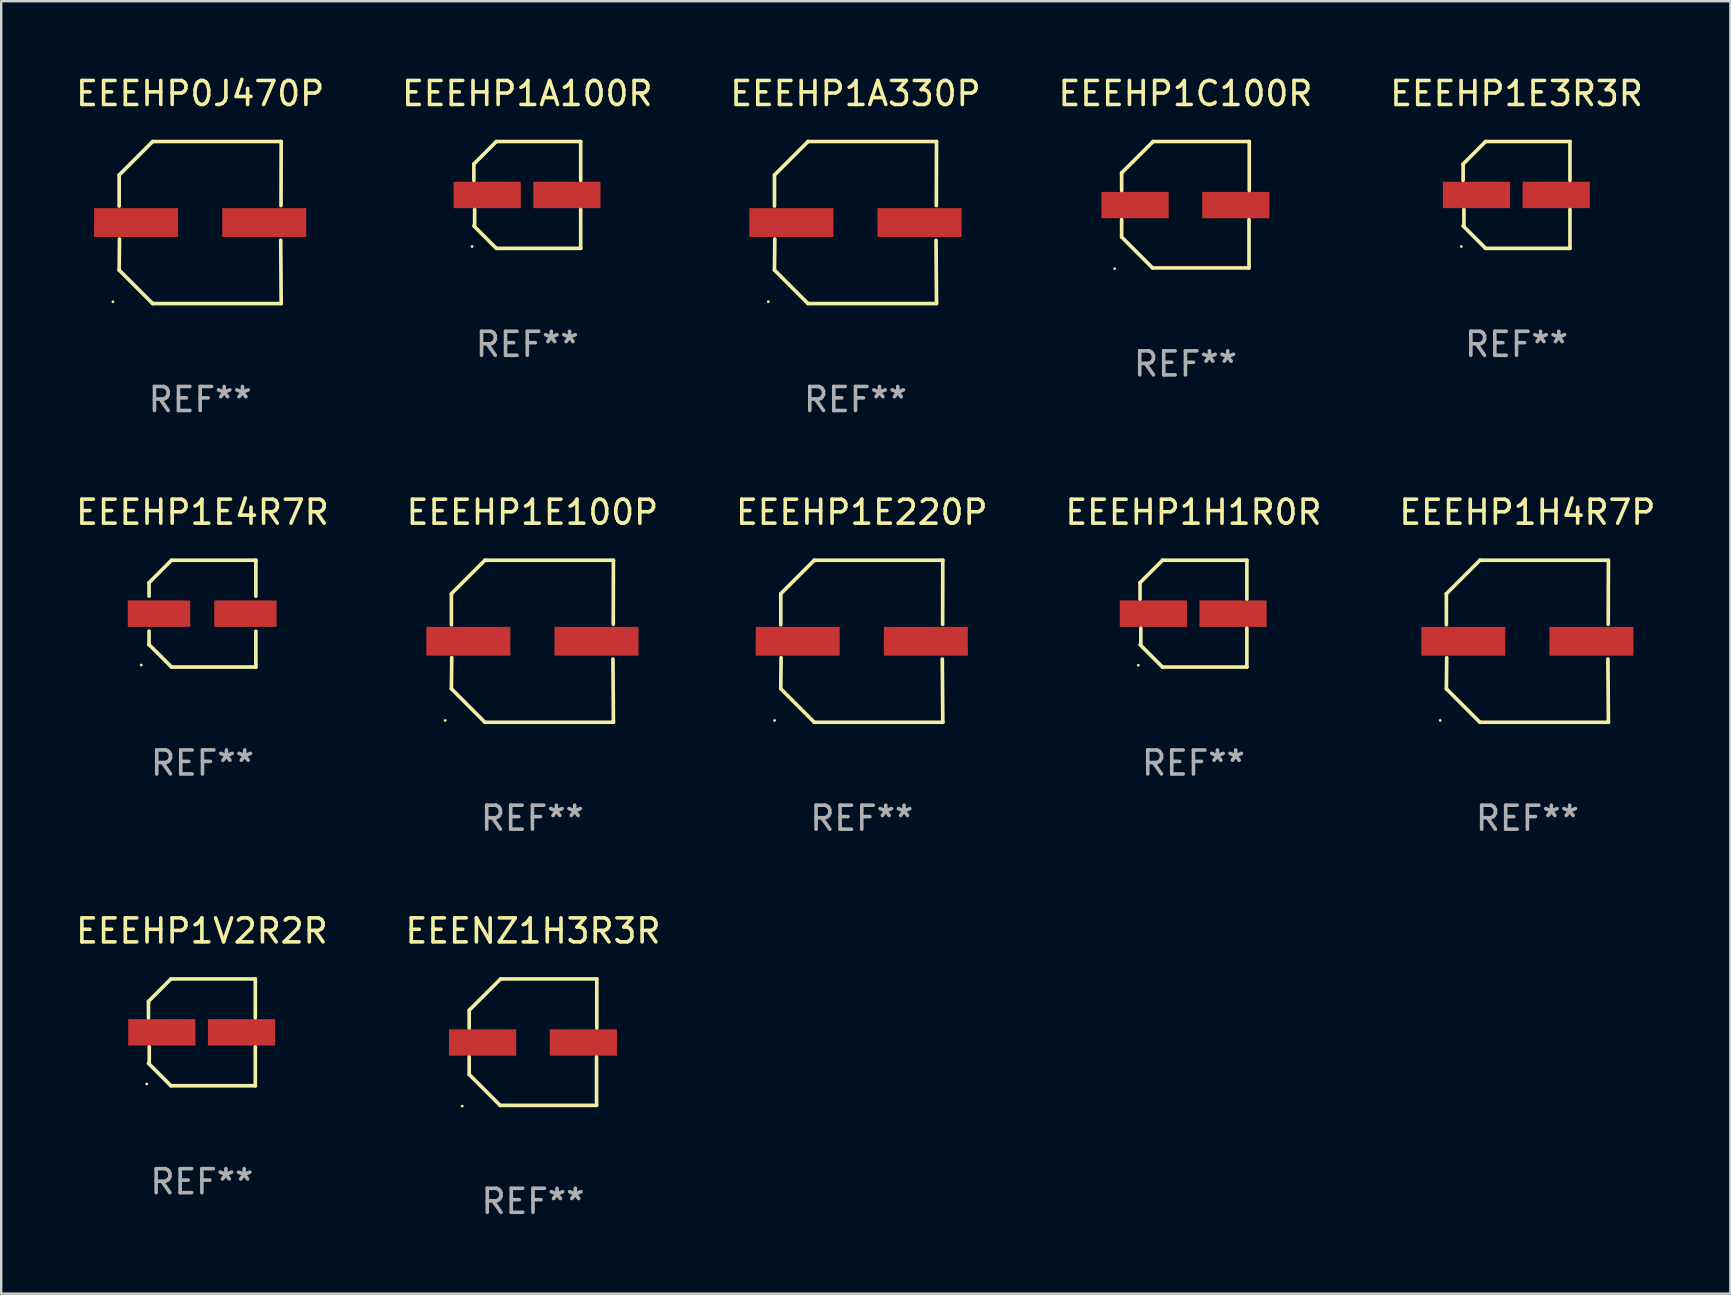
<source format=kicad_pcb>
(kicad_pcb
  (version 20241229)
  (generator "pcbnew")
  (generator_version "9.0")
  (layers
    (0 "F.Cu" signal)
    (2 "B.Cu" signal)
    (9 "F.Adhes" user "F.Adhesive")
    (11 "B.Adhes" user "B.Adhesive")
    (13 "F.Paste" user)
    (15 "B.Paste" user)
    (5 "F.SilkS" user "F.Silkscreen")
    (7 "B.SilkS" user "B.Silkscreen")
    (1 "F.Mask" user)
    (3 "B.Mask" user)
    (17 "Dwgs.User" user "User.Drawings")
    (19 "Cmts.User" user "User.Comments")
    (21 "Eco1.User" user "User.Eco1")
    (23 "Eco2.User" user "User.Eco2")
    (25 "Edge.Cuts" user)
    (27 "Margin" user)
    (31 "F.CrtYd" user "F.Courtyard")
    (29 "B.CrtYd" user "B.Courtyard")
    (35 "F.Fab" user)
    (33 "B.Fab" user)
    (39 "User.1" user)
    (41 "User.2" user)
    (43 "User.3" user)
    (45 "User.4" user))
  (footprint "EEENZ1H3R3R"
    (layer "F.Cu")
    (at 19.161 40.379)
    (property "Reference" "EEENZ1H3R3R" (at 0 -4.634 0) (layer "F.SilkS") (effects (font (size 1 1) (thickness 0.15))))
    (attr through_hole)
    (fp_line (start -2.659 -1.326) (end -2.659 -0.592) (stroke (width 0.152) (type solid)) (layer "F.SilkS"))
    (fp_line (start -2.659 1.346) (end -2.659 0.622) (stroke (width 0.152) (type solid)) (layer "F.SilkS"))
    (fp_line (start -1.372 2.634) (end -2.659 1.346) (stroke (width 0.152) (type solid)) (layer "F.SilkS"))
    (fp_line (start -1.349 -2.634) (end -2.659 -1.326) (stroke (width 0.152) (type solid)) (layer "F.SilkS"))
    (fp_line (start 2.649 0.622) (end 2.649 2.634) (stroke (width 0.152) (type solid)) (layer "F.SilkS"))
    (fp_line (start 2.649 2.634) (end -1.372 2.634) (stroke (width 0.152) (type solid)) (layer "F.SilkS"))
    (fp_line (start 2.659 -2.634) (end -1.349 -2.634) (stroke (width 0.152) (type solid)) (layer "F.SilkS"))
    (fp_line (start 2.659 -0.592) (end 2.659 -2.634) (stroke (width 0.152) (type solid)) (layer "F.SilkS"))
    (fp_circle (center -2.95 2.665) (end -2.92 2.665) (stroke (width 0.06) (type solid)) (fill no) (layer "F.SilkS"))
    (fp_text user "REF**" (at 0 6.634 0) (layer "F.Fab") (effects (font (size 1 1) (thickness 0.15))))
    (pad "1" smd rect (at -2.1 0.015) (size 2.8 1.1) (layers "F.Cu" "F.Mask" "F.Paste"))
    (pad "2" smd rect (at 2.1 0.015) (size 2.8 1.1) (layers "F.Cu" "F.Mask" "F.Paste")))
  (footprint "EEEHP1V2R2R"
    (layer "F.Cu")
    (at 5.363 39.971)
    (property "Reference" "EEEHP1V2R2R" (at 0 -4.226 0) (layer "F.SilkS") (effects (font (size 1 1) (thickness 0.15))))
    (attr through_hole)
    (fp_line (start -2.226 -1.29) (end -2.226 -0.607) (stroke (width 0.152) (type solid)) (layer "F.SilkS"))
    (fp_line (start -2.193 1.29) (end -2.193 0.607) (stroke (width 0.152) (type solid)) (layer "F.SilkS"))
    (fp_line (start -1.29 2.226) (end -2.226 1.29) (stroke (width 0.152) (type solid)) (layer "F.SilkS"))
    (fp_line (start -1.29 -2.226) (end -2.226 -1.29) (stroke (width 0.152) (type solid)) (layer "F.SilkS"))
    (fp_line (start 2.226 -2.226) (end -1.29 -2.226) (stroke (width 0.152) (type solid)) (layer "F.SilkS"))
    (fp_line (start 2.226 -0.607) (end 2.226 -2.226) (stroke (width 0.152) (type solid)) (layer "F.SilkS"))
    (fp_line (start 2.226 0.607) (end 2.226 2.226) (stroke (width 0.152) (type solid)) (layer "F.SilkS"))
    (fp_line (start 2.226 2.226) (end -1.29 2.226) (stroke (width 0.152) (type solid)) (layer "F.SilkS"))
    (fp_circle (center -2.3 2.15) (end -2.27 2.15) (stroke (width 0.06) (type solid)) (fill no) (layer "F.SilkS"))
    (fp_text user "REF**" (at 0 6.226 0) (layer "F.Fab") (effects (font (size 1 1) (thickness 0.15))))
    (pad "1" smd rect (at -1.67 -0.000025) (size 2.8 1.1) (layers "F.Cu" "F.Mask" "F.Paste"))
    (pad "2" smd rect (at 1.651 -0.000025) (size 2.8 1.1) (layers "F.Cu" "F.Mask" "F.Paste")))
  (footprint "EEEHP1E220P"
    (layer "F.Cu")
    (at 32.863 23.673)
    (property "Reference" "EEEHP1E220P" (at 0 -5.376 0) (layer "F.SilkS") (effects (font (size 1 1) (thickness 0.15))))
    (attr through_hole)
    (fp_line (start -3.376 -1.98) (end -3.376 -0.686) (stroke (width 0.152) (type solid)) (layer "F.SilkS"))
    (fp_line (start -3.376 1.981) (end -3.362 0.686) (stroke (width 0.152) (type solid)) (layer "F.SilkS"))
    (fp_line (start -1.981 3.376) (end -3.376 1.981) (stroke (width 0.152) (type solid)) (layer "F.SilkS"))
    (fp_line (start -1.98 -3.376) (end -3.376 -1.98) (stroke (width 0.152) (type solid)) (layer "F.SilkS"))
    (fp_line (start 3.356 0.74) (end 3.376 3.376) (stroke (width 0.152) (type solid)) (layer "F.SilkS"))
    (fp_line (start 3.369 -0.707) (end 3.376 -3.376) (stroke (width 0.152) (type solid)) (layer "F.SilkS"))
    (fp_line (start 3.376 3.376) (end -1.981 3.376) (stroke (width 0.152) (type solid)) (layer "F.SilkS"))
    (fp_line (start 3.376 -3.376) (end -1.98 -3.376) (stroke (width 0.152) (type solid)) (layer "F.SilkS"))
    (fp_circle (center -3.634 3.3) (end -3.604 3.3) (stroke (width 0.06) (type solid)) (fill no) (layer "F.SilkS"))
    (fp_text user "REF**" (at 0 7.376 0) (layer "F.Fab") (effects (font (size 1 1) (thickness 0.15))))
    (pad "1" smd rect (at -2.67 0.000254) (size 3.5 1.2) (layers "F.Cu" "F.Mask" "F.Paste"))
    (pad "2" smd rect (at 2.67 0.000254) (size 3.5 1.2) (layers "F.Cu" "F.Mask" "F.Paste")))
  (footprint "EEEHP1C100R"
    (layer "F.Cu")
    (at 46.351 5.482)
    (property "Reference" "EEEHP1C100R" (at 0 -4.634 0) (layer "F.SilkS") (effects (font (size 1 1) (thickness 0.15))))
    (attr through_hole)
    (fp_line (start -2.659 -1.326) (end -2.659 -0.592) (stroke (width 0.152) (type solid)) (layer "F.SilkS"))
    (fp_line (start -2.659 1.346) (end -2.659 0.622) (stroke (width 0.152) (type solid)) (layer "F.SilkS"))
    (fp_line (start -1.372 2.634) (end -2.659 1.346) (stroke (width 0.152) (type solid)) (layer "F.SilkS"))
    (fp_line (start -1.349 -2.634) (end -2.659 -1.326) (stroke (width 0.152) (type solid)) (layer "F.SilkS"))
    (fp_line (start 2.649 0.622) (end 2.649 2.634) (stroke (width 0.152) (type solid)) (layer "F.SilkS"))
    (fp_line (start 2.649 2.634) (end -1.372 2.634) (stroke (width 0.152) (type solid)) (layer "F.SilkS"))
    (fp_line (start 2.659 -2.634) (end -1.349 -2.634) (stroke (width 0.152) (type solid)) (layer "F.SilkS"))
    (fp_line (start 2.659 -0.592) (end 2.659 -2.634) (stroke (width 0.152) (type solid)) (layer "F.SilkS"))
    (fp_circle (center -2.95 2.665) (end -2.92 2.665) (stroke (width 0.06) (type solid)) (fill no) (layer "F.SilkS"))
    (fp_text user "REF**" (at 0 6.634 0) (layer "F.Fab") (effects (font (size 1 1) (thickness 0.15))))
    (pad "1" smd rect (at -2.1 0.015) (size 2.8 1.1) (layers "F.Cu" "F.Mask" "F.Paste"))
    (pad "2" smd rect (at 2.1 0.015) (size 2.8 1.1) (layers "F.Cu" "F.Mask" "F.Paste")))
  (footprint "EEEHP1E4R7R"
    (layer "F.Cu")
    (at 5.387 22.522)
    (property "Reference" "EEEHP1E4R7R" (at 0 -4.226 0) (layer "F.SilkS") (effects (font (size 1 1) (thickness 0.15))))
    (attr through_hole)
    (fp_line (start -2.226 -1.289) (end -2.226 -0.73) (stroke (width 0.152) (type solid)) (layer "F.SilkS"))
    (fp_line (start -2.226 0.731) (end -2.226 1.291) (stroke (width 0.152) (type solid)) (layer "F.SilkS"))
    (fp_line (start -2.226 1.291) (end -2.226 1.291) (stroke (width 0.152) (type solid)) (layer "F.SilkS"))
    (fp_line (start -1.29 -2.226) (end -2.226 -1.289) (stroke (width 0.152) (type solid)) (layer "F.SilkS"))
    (fp_line (start -1.289 2.226) (end -2.226 1.291) (stroke (width 0.152) (type solid)) (layer "F.SilkS"))
    (fp_line (start 2.226 -2.226) (end -1.29 -2.226) (stroke (width 0.152) (type solid)) (layer "F.SilkS"))
    (fp_line (start 2.226 -0.73) (end 2.226 -2.226) (stroke (width 0.152) (type solid)) (layer "F.SilkS"))
    (fp_line (start 2.226 2.226) (end -1.289 2.226) (stroke (width 0.152) (type solid)) (layer "F.SilkS"))
    (fp_line (start 2.226 2.226) (end 2.226 0.731) (stroke (width 0.152) (type solid)) (layer "F.SilkS"))
    (fp_circle (center -2.551 2.142) (end -2.521 2.142) (stroke (width 0.06) (type solid)) (fill no) (layer "F.SilkS"))
    (fp_text user "REF**" (at 0 6.226 0) (layer "F.Fab") (effects (font (size 1 1) (thickness 0.15))))
    (pad "1" smd rect (at -1.81 0.001) (size 2.6 1.1) (layers "F.Cu" "F.Mask" "F.Paste"))
    (pad "2" smd rect (at 1.79 0.001) (size 2.6 1.1) (layers "F.Cu" "F.Mask" "F.Paste")))
  (footprint "EEEHP1H4R7P"
    (layer "F.Cu")
    (at 60.601 23.673)
    (property "Reference" "EEEHP1H4R7P" (at 0 -5.376 0) (layer "F.SilkS") (effects (font (size 1 1) (thickness 0.15))))
    (attr through_hole)
    (fp_line (start -3.376 -1.98) (end -3.376 -0.686) (stroke (width 0.152) (type solid)) (layer "F.SilkS"))
    (fp_line (start -3.376 1.981) (end -3.362 0.686) (stroke (width 0.152) (type solid)) (layer "F.SilkS"))
    (fp_line (start -1.981 3.376) (end -3.376 1.981) (stroke (width 0.152) (type solid)) (layer "F.SilkS"))
    (fp_line (start -1.98 -3.376) (end -3.376 -1.98) (stroke (width 0.152) (type solid)) (layer "F.SilkS"))
    (fp_line (start 3.356 0.74) (end 3.376 3.376) (stroke (width 0.152) (type solid)) (layer "F.SilkS"))
    (fp_line (start 3.369 -0.707) (end 3.376 -3.376) (stroke (width 0.152) (type solid)) (layer "F.SilkS"))
    (fp_line (start 3.376 3.376) (end -1.981 3.376) (stroke (width 0.152) (type solid)) (layer "F.SilkS"))
    (fp_line (start 3.376 -3.376) (end -1.98 -3.376) (stroke (width 0.152) (type solid)) (layer "F.SilkS"))
    (fp_circle (center -3.634 3.3) (end -3.604 3.3) (stroke (width 0.06) (type solid)) (fill no) (layer "F.SilkS"))
    (fp_text user "REF**" (at 0 7.376 0) (layer "F.Fab") (effects (font (size 1 1) (thickness 0.15))))
    (pad "1" smd rect (at -2.67 0.000254) (size 3.5 1.2) (layers "F.Cu" "F.Mask" "F.Paste"))
    (pad "2" smd rect (at 2.67 0.000254) (size 3.5 1.2) (layers "F.Cu" "F.Mask" "F.Paste")))
  (footprint "EEEHP1E3R3R"
    (layer "F.Cu")
    (at 60.149 5.074)
    (property "Reference" "EEEHP1E3R3R" (at 0 -4.226 0) (layer "F.SilkS") (effects (font (size 1 1) (thickness 0.15))))
    (attr through_hole)
    (fp_line (start -2.226 -1.29) (end -2.226 -0.607) (stroke (width 0.152) (type solid)) (layer "F.SilkS"))
    (fp_line (start -2.193 1.29) (end -2.193 0.607) (stroke (width 0.152) (type solid)) (layer "F.SilkS"))
    (fp_line (start -1.29 2.226) (end -2.226 1.29) (stroke (width 0.152) (type solid)) (layer "F.SilkS"))
    (fp_line (start -1.29 -2.226) (end -2.226 -1.29) (stroke (width 0.152) (type solid)) (layer "F.SilkS"))
    (fp_line (start 2.226 -2.226) (end -1.29 -2.226) (stroke (width 0.152) (type solid)) (layer "F.SilkS"))
    (fp_line (start 2.226 -0.607) (end 2.226 -2.226) (stroke (width 0.152) (type solid)) (layer "F.SilkS"))
    (fp_line (start 2.226 0.607) (end 2.226 2.226) (stroke (width 0.152) (type solid)) (layer "F.SilkS"))
    (fp_line (start 2.226 2.226) (end -1.29 2.226) (stroke (width 0.152) (type solid)) (layer "F.SilkS"))
    (fp_circle (center -2.3 2.15) (end -2.27 2.15) (stroke (width 0.06) (type solid)) (fill no) (layer "F.SilkS"))
    (fp_text user "REF**" (at 0 6.226 0) (layer "F.Fab") (effects (font (size 1 1) (thickness 0.15))))
    (pad "1" smd rect (at -1.67 -0.000025) (size 2.8 1.1) (layers "F.Cu" "F.Mask" "F.Paste"))
    (pad "2" smd rect (at 1.651 -0.000025) (size 2.8 1.1) (layers "F.Cu" "F.Mask" "F.Paste")))
  (footprint "EEEHP1E100P"
    (layer "F.Cu")
    (at 19.137 23.673)
    (property "Reference" "EEEHP1E100P" (at 0 -5.376 0) (layer "F.SilkS") (effects (font (size 1 1) (thickness 0.15))))
    (attr through_hole)
    (fp_line (start -3.376 -1.98) (end -3.376 -0.686) (stroke (width 0.152) (type solid)) (layer "F.SilkS"))
    (fp_line (start -3.376 1.981) (end -3.362 0.686) (stroke (width 0.152) (type solid)) (layer "F.SilkS"))
    (fp_line (start -1.981 3.376) (end -3.376 1.981) (stroke (width 0.152) (type solid)) (layer "F.SilkS"))
    (fp_line (start -1.98 -3.376) (end -3.376 -1.98) (stroke (width 0.152) (type solid)) (layer "F.SilkS"))
    (fp_line (start 3.356 0.74) (end 3.376 3.376) (stroke (width 0.152) (type solid)) (layer "F.SilkS"))
    (fp_line (start 3.369 -0.707) (end 3.376 -3.376) (stroke (width 0.152) (type solid)) (layer "F.SilkS"))
    (fp_line (start 3.376 3.376) (end -1.981 3.376) (stroke (width 0.152) (type solid)) (layer "F.SilkS"))
    (fp_line (start 3.376 -3.376) (end -1.98 -3.376) (stroke (width 0.152) (type solid)) (layer "F.SilkS"))
    (fp_circle (center -3.634 3.3) (end -3.604 3.3) (stroke (width 0.06) (type solid)) (fill no) (layer "F.SilkS"))
    (fp_text user "REF**" (at 0 7.376 0) (layer "F.Fab") (effects (font (size 1 1) (thickness 0.15))))
    (pad "1" smd rect (at -2.67 0.000254) (size 3.5 1.2) (layers "F.Cu" "F.Mask" "F.Paste"))
    (pad "2" smd rect (at 2.67 0.000254) (size 3.5 1.2) (layers "F.Cu" "F.Mask" "F.Paste")))
  (footprint "EEEHP0J470P"
    (layer "F.Cu")
    (at 5.292 6.224)
    (property "Reference" "EEEHP0J470P" (at 0 -5.376 0) (layer "F.SilkS") (effects (font (size 1 1) (thickness 0.15))))
    (attr through_hole)
    (fp_line (start -3.376 -1.98) (end -3.376 -0.686) (stroke (width 0.152) (type solid)) (layer "F.SilkS"))
    (fp_line (start -3.376 1.981) (end -3.362 0.686) (stroke (width 0.152) (type solid)) (layer "F.SilkS"))
    (fp_line (start -1.981 3.376) (end -3.376 1.981) (stroke (width 0.152) (type solid)) (layer "F.SilkS"))
    (fp_line (start -1.98 -3.376) (end -3.376 -1.98) (stroke (width 0.152) (type solid)) (layer "F.SilkS"))
    (fp_line (start 3.356 0.74) (end 3.376 3.376) (stroke (width 0.152) (type solid)) (layer "F.SilkS"))
    (fp_line (start 3.369 -0.707) (end 3.376 -3.376) (stroke (width 0.152) (type solid)) (layer "F.SilkS"))
    (fp_line (start 3.376 3.376) (end -1.981 3.376) (stroke (width 0.152) (type solid)) (layer "F.SilkS"))
    (fp_line (start 3.376 -3.376) (end -1.98 -3.376) (stroke (width 0.152) (type solid)) (layer "F.SilkS"))
    (fp_circle (center -3.634 3.3) (end -3.604 3.3) (stroke (width 0.06) (type solid)) (fill no) (layer "F.SilkS"))
    (fp_text user "REF**" (at 0 7.376 0) (layer "F.Fab") (effects (font (size 1 1) (thickness 0.15))))
    (pad "1" smd rect (at -2.67 0.000254) (size 3.5 1.2) (layers "F.Cu" "F.Mask" "F.Paste"))
    (pad "2" smd rect (at 2.67 0.000254) (size 3.5 1.2) (layers "F.Cu" "F.Mask" "F.Paste")))
  (footprint "EEEHP1A330P"
    (layer "F.Cu")
    (at 32.601 6.224)
    (property "Reference" "EEEHP1A330P" (at 0 -5.376 0) (layer "F.SilkS") (effects (font (size 1 1) (thickness 0.15))))
    (attr through_hole)
    (fp_line (start -3.376 -1.98) (end -3.376 -0.686) (stroke (width 0.152) (type solid)) (layer "F.SilkS"))
    (fp_line (start -3.376 1.981) (end -3.362 0.686) (stroke (width 0.152) (type solid)) (layer "F.SilkS"))
    (fp_line (start -1.981 3.376) (end -3.376 1.981) (stroke (width 0.152) (type solid)) (layer "F.SilkS"))
    (fp_line (start -1.98 -3.376) (end -3.376 -1.98) (stroke (width 0.152) (type solid)) (layer "F.SilkS"))
    (fp_line (start 3.356 0.74) (end 3.376 3.376) (stroke (width 0.152) (type solid)) (layer "F.SilkS"))
    (fp_line (start 3.369 -0.707) (end 3.376 -3.376) (stroke (width 0.152) (type solid)) (layer "F.SilkS"))
    (fp_line (start 3.376 3.376) (end -1.981 3.376) (stroke (width 0.152) (type solid)) (layer "F.SilkS"))
    (fp_line (start 3.376 -3.376) (end -1.98 -3.376) (stroke (width 0.152) (type solid)) (layer "F.SilkS"))
    (fp_circle (center -3.634 3.3) (end -3.604 3.3) (stroke (width 0.06) (type solid)) (fill no) (layer "F.SilkS"))
    (fp_text user "REF**" (at 0 7.376 0) (layer "F.Fab") (effects (font (size 1 1) (thickness 0.15))))
    (pad "1" smd rect (at -2.67 0.000254) (size 3.5 1.2) (layers "F.Cu" "F.Mask" "F.Paste"))
    (pad "2" smd rect (at 2.67 0.000254) (size 3.5 1.2) (layers "F.Cu" "F.Mask" "F.Paste")))
  (footprint "EEEHP1H1R0R"
    (layer "F.Cu")
    (at 46.685 22.523)
    (property "Reference" "EEEHP1H1R0R" (at 0 -4.226 0) (layer "F.SilkS") (effects (font (size 1 1) (thickness 0.15))))
    (attr through_hole)
    (fp_line (start -2.226 -1.29) (end -2.226 -0.607) (stroke (width 0.152) (type solid)) (layer "F.SilkS"))
    (fp_line (start -2.193 1.29) (end -2.193 0.607) (stroke (width 0.152) (type solid)) (layer "F.SilkS"))
    (fp_line (start -1.29 2.226) (end -2.226 1.29) (stroke (width 0.152) (type solid)) (layer "F.SilkS"))
    (fp_line (start -1.29 -2.226) (end -2.226 -1.29) (stroke (width 0.152) (type solid)) (layer "F.SilkS"))
    (fp_line (start 2.226 -2.226) (end -1.29 -2.226) (stroke (width 0.152) (type solid)) (layer "F.SilkS"))
    (fp_line (start 2.226 -0.607) (end 2.226 -2.226) (stroke (width 0.152) (type solid)) (layer "F.SilkS"))
    (fp_line (start 2.226 0.607) (end 2.226 2.226) (stroke (width 0.152) (type solid)) (layer "F.SilkS"))
    (fp_line (start 2.226 2.226) (end -1.29 2.226) (stroke (width 0.152) (type solid)) (layer "F.SilkS"))
    (fp_circle (center -2.3 2.15) (end -2.27 2.15) (stroke (width 0.06) (type solid)) (fill no) (layer "F.SilkS"))
    (fp_text user "REF**" (at 0 6.226 0) (layer "F.Fab") (effects (font (size 1 1) (thickness 0.15))))
    (pad "1" smd rect (at -1.67 -0.000025) (size 2.8 1.1) (layers "F.Cu" "F.Mask" "F.Paste"))
    (pad "2" smd rect (at 1.651 -0.000025) (size 2.8 1.1) (layers "F.Cu" "F.Mask" "F.Paste")))
  (footprint "EEEHP1A100R"
    (layer "F.Cu")
    (at 18.923 5.074)
    (property "Reference" "EEEHP1A100R" (at 0 -4.226 0) (layer "F.SilkS") (effects (font (size 1 1) (thickness 0.15))))
    (attr through_hole)
    (fp_line (start -2.226 -1.29) (end -2.226 -0.607) (stroke (width 0.152) (type solid)) (layer "F.SilkS"))
    (fp_line (start -2.193 1.29) (end -2.193 0.607) (stroke (width 0.152) (type solid)) (layer "F.SilkS"))
    (fp_line (start -1.29 2.226) (end -2.226 1.29) (stroke (width 0.152) (type solid)) (layer "F.SilkS"))
    (fp_line (start -1.29 -2.226) (end -2.226 -1.29) (stroke (width 0.152) (type solid)) (layer "F.SilkS"))
    (fp_line (start 2.226 -2.226) (end -1.29 -2.226) (stroke (width 0.152) (type solid)) (layer "F.SilkS"))
    (fp_line (start 2.226 -0.607) (end 2.226 -2.226) (stroke (width 0.152) (type solid)) (layer "F.SilkS"))
    (fp_line (start 2.226 0.607) (end 2.226 2.226) (stroke (width 0.152) (type solid)) (layer "F.SilkS"))
    (fp_line (start 2.226 2.226) (end -1.29 2.226) (stroke (width 0.152) (type solid)) (layer "F.SilkS"))
    (fp_circle (center -2.3 2.15) (end -2.27 2.15) (stroke (width 0.06) (type solid)) (fill no) (layer "F.SilkS"))
    (fp_text user "REF**" (at 0 6.226 0) (layer "F.Fab") (effects (font (size 1 1) (thickness 0.15))))
    (pad "1" smd rect (at -1.67 -0.000025) (size 2.8 1.1) (layers "F.Cu" "F.Mask" "F.Paste"))
    (pad "2" smd rect (at 1.651 -0.000025) (size 2.8 1.1) (layers "F.Cu" "F.Mask" "F.Paste")))
  (gr_rect
    (start -3 -3)
    (end 69.06 50.861)
    (stroke (width 0.1) (type default))
    (fill no)
    (layer "Edge.Cuts")))
</source>
